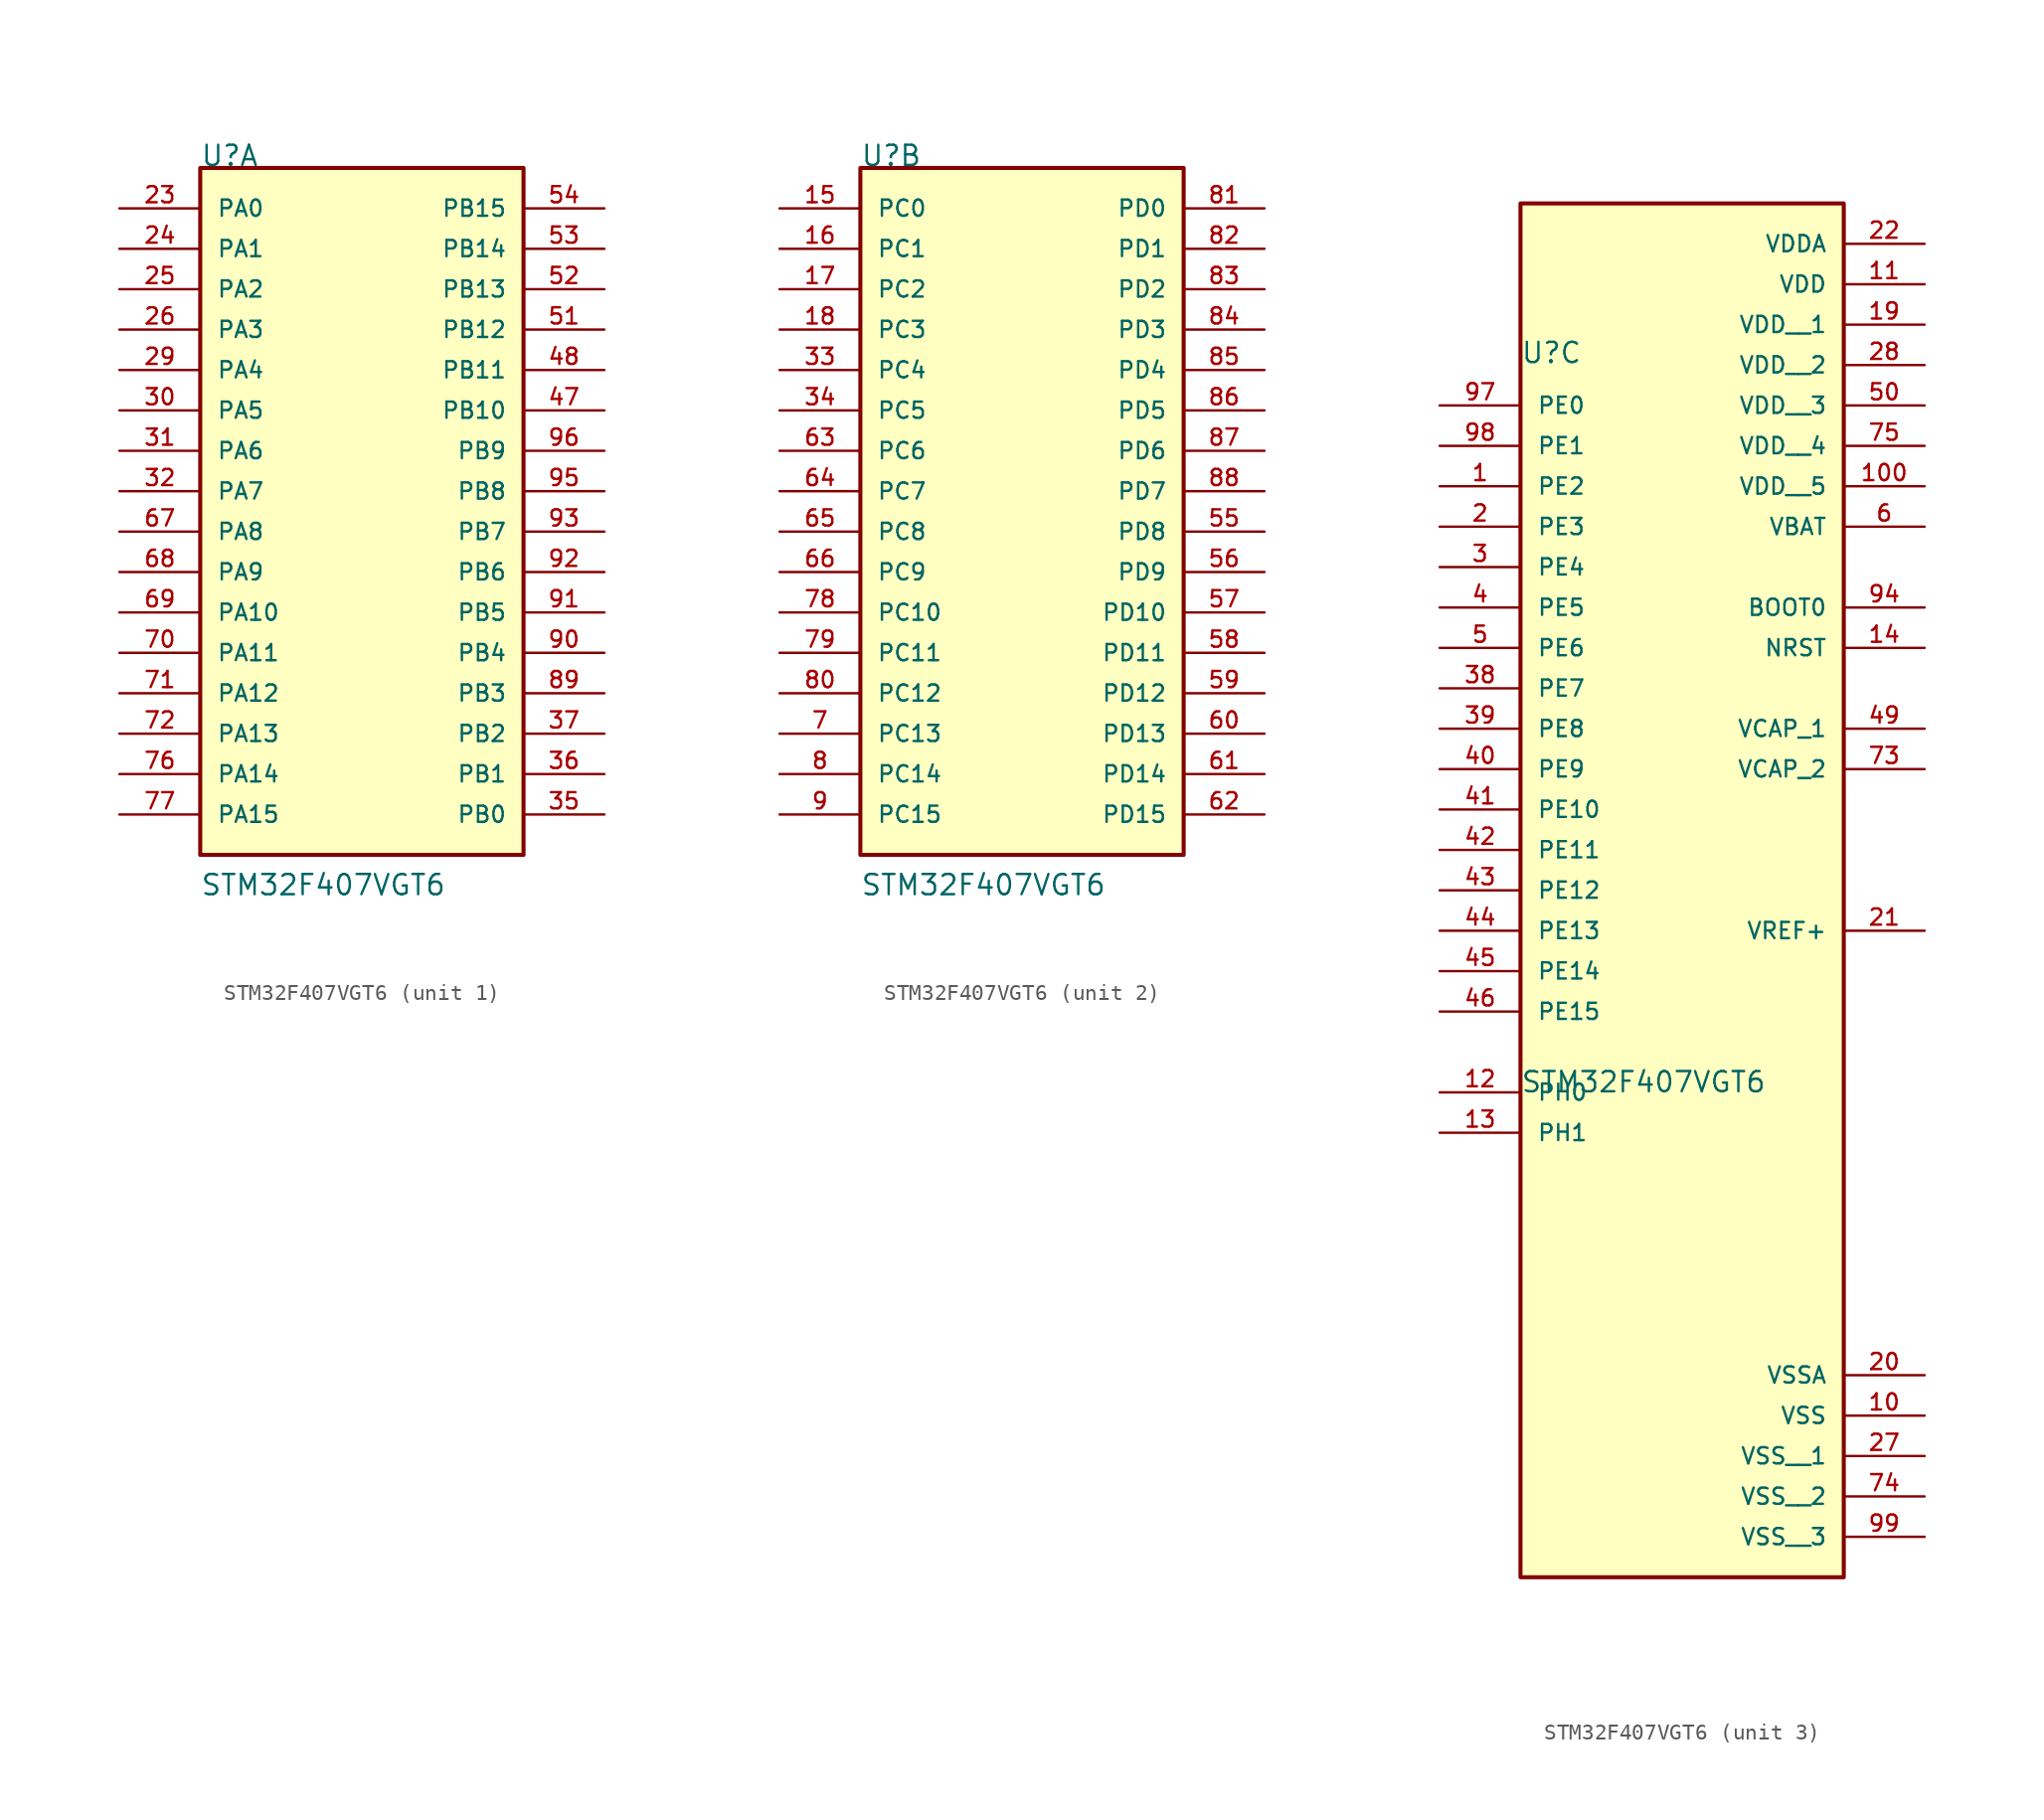
<source format=kicad_sym>
(kicad_symbol_lib
  (version 20211014)
  (generator kicad_symbol_editor)
  (symbol "STM32F407VGT6"
    (pin_names
      (offset 1.016))
    (property "Reference" "U"
      (at -10.162 22.888 0)
      (effects (font (size 1.27 1.27)) (justify bottom left)))
    (property "Value" "STM32F407VGT6"
      (at -10.172 -22.953 0)
      (effects (font (size 1.27 1.27)) (justify bottom left)))
    (symbol "STM32F407VGT6_1_0"
      (rectangle (start -10.16 -20.32) (end 10.16 22.86) (stroke (width 0.254)) (fill (type background)))
      (pin bidirectional line (at -15.24 20.32 0) (length 5.08) (name "PA0" (effects (font (size 1.016 1.016)))) (number "23" (effects (font (size 1.016 1.016)))))
      (pin bidirectional line (at -15.24 17.78 0) (length 5.08) (name "PA1" (effects (font (size 1.016 1.016)))) (number "24" (effects (font (size 1.016 1.016)))))
      (pin bidirectional line (at -15.24 15.24 0) (length 5.08) (name "PA2" (effects (font (size 1.016 1.016)))) (number "25" (effects (font (size 1.016 1.016)))))
      (pin bidirectional line (at -15.24 12.7 0) (length 5.08) (name "PA3" (effects (font (size 1.016 1.016)))) (number "26" (effects (font (size 1.016 1.016)))))
      (pin bidirectional line (at -15.24 10.16 0) (length 5.08) (name "PA4" (effects (font (size 1.016 1.016)))) (number "29" (effects (font (size 1.016 1.016)))))
      (pin bidirectional line (at -15.24 7.62 0) (length 5.08) (name "PA5" (effects (font (size 1.016 1.016)))) (number "30" (effects (font (size 1.016 1.016)))))
      (pin bidirectional line (at -15.24 5.08 0) (length 5.08) (name "PA6" (effects (font (size 1.016 1.016)))) (number "31" (effects (font (size 1.016 1.016)))))
      (pin bidirectional line (at -15.24 2.54 0) (length 5.08) (name "PA7" (effects (font (size 1.016 1.016)))) (number "32" (effects (font (size 1.016 1.016)))))
      (pin bidirectional line (at 15.24 -17.78 180.0) (length 5.08) (name "PB0" (effects (font (size 1.016 1.016)))) (number "35" (effects (font (size 1.016 1.016)))))
      (pin bidirectional line (at 15.24 -15.24 180.0) (length 5.08) (name "PB1" (effects (font (size 1.016 1.016)))) (number "36" (effects (font (size 1.016 1.016)))))
      (pin bidirectional line (at 15.24 -12.7 180.0) (length 5.08) (name "PB2" (effects (font (size 1.016 1.016)))) (number "37" (effects (font (size 1.016 1.016)))))
      (pin bidirectional line (at 15.24 7.62 180.0) (length 5.08) (name "PB10" (effects (font (size 1.016 1.016)))) (number "47" (effects (font (size 1.016 1.016)))))
      (pin bidirectional line (at 15.24 10.16 180.0) (length 5.08) (name "PB11" (effects (font (size 1.016 1.016)))) (number "48" (effects (font (size 1.016 1.016)))))
      (pin bidirectional line (at 15.24 12.7 180.0) (length 5.08) (name "PB12" (effects (font (size 1.016 1.016)))) (number "51" (effects (font (size 1.016 1.016)))))
      (pin bidirectional line (at 15.24 15.24 180.0) (length 5.08) (name "PB13" (effects (font (size 1.016 1.016)))) (number "52" (effects (font (size 1.016 1.016)))))
      (pin bidirectional line (at 15.24 17.78 180.0) (length 5.08) (name "PB14" (effects (font (size 1.016 1.016)))) (number "53" (effects (font (size 1.016 1.016)))))
      (pin bidirectional line (at 15.24 20.32 180.0) (length 5.08) (name "PB15" (effects (font (size 1.016 1.016)))) (number "54" (effects (font (size 1.016 1.016)))))
      (pin bidirectional line (at -15.24 0.0 0) (length 5.08) (name "PA8" (effects (font (size 1.016 1.016)))) (number "67" (effects (font (size 1.016 1.016)))))
      (pin bidirectional line (at -15.24 -2.54 0) (length 5.08) (name "PA9" (effects (font (size 1.016 1.016)))) (number "68" (effects (font (size 1.016 1.016)))))
      (pin bidirectional line (at -15.24 -5.08 0) (length 5.08) (name "PA10" (effects (font (size 1.016 1.016)))) (number "69" (effects (font (size 1.016 1.016)))))
      (pin bidirectional line (at -15.24 -7.62 0) (length 5.08) (name "PA11" (effects (font (size 1.016 1.016)))) (number "70" (effects (font (size 1.016 1.016)))))
      (pin bidirectional line (at -15.24 -10.16 0) (length 5.08) (name "PA12" (effects (font (size 1.016 1.016)))) (number "71" (effects (font (size 1.016 1.016)))))
      (pin bidirectional line (at -15.24 -12.7 0) (length 5.08) (name "PA13" (effects (font (size 1.016 1.016)))) (number "72" (effects (font (size 1.016 1.016)))))
      (pin bidirectional line (at -15.24 -15.24 0) (length 5.08) (name "PA14" (effects (font (size 1.016 1.016)))) (number "76" (effects (font (size 1.016 1.016)))))
      (pin bidirectional line (at -15.24 -17.78 0) (length 5.08) (name "PA15" (effects (font (size 1.016 1.016)))) (number "77" (effects (font (size 1.016 1.016)))))
      (pin bidirectional line (at 15.24 -10.16 180.0) (length 5.08) (name "PB3" (effects (font (size 1.016 1.016)))) (number "89" (effects (font (size 1.016 1.016)))))
      (pin bidirectional line (at 15.24 -7.62 180.0) (length 5.08) (name "PB4" (effects (font (size 1.016 1.016)))) (number "90" (effects (font (size 1.016 1.016)))))
      (pin bidirectional line (at 15.24 -5.08 180.0) (length 5.08) (name "PB5" (effects (font (size 1.016 1.016)))) (number "91" (effects (font (size 1.016 1.016)))))
      (pin bidirectional line (at 15.24 -2.54 180.0) (length 5.08) (name "PB6" (effects (font (size 1.016 1.016)))) (number "92" (effects (font (size 1.016 1.016)))))
      (pin bidirectional line (at 15.24 0.0 180.0) (length 5.08) (name "PB7" (effects (font (size 1.016 1.016)))) (number "93" (effects (font (size 1.016 1.016)))))
      (pin bidirectional line (at 15.24 2.54 180.0) (length 5.08) (name "PB8" (effects (font (size 1.016 1.016)))) (number "95" (effects (font (size 1.016 1.016)))))
      (pin bidirectional line (at 15.24 5.08 180.0) (length 5.08) (name "PB9" (effects (font (size 1.016 1.016)))) (number "96" (effects (font (size 1.016 1.016))))))
    (symbol "STM32F407VGT6_2_0"
      (rectangle (start -10.16 -20.32) (end 10.16 22.86) (stroke (width 0.254)) (fill (type background)))
      (pin bidirectional line (at -15.24 -12.7 0) (length 5.08) (name "PC13" (effects (font (size 1.016 1.016)))) (number "7" (effects (font (size 1.016 1.016)))))
      (pin bidirectional line (at -15.24 -15.24 0) (length 5.08) (name "PC14" (effects (font (size 1.016 1.016)))) (number "8" (effects (font (size 1.016 1.016)))))
      (pin bidirectional line (at -15.24 -17.78 0) (length 5.08) (name "PC15" (effects (font (size 1.016 1.016)))) (number "9" (effects (font (size 1.016 1.016)))))
      (pin bidirectional line (at -15.24 20.32 0) (length 5.08) (name "PC0" (effects (font (size 1.016 1.016)))) (number "15" (effects (font (size 1.016 1.016)))))
      (pin bidirectional line (at -15.24 17.78 0) (length 5.08) (name "PC1" (effects (font (size 1.016 1.016)))) (number "16" (effects (font (size 1.016 1.016)))))
      (pin bidirectional line (at -15.24 15.24 0) (length 5.08) (name "PC2" (effects (font (size 1.016 1.016)))) (number "17" (effects (font (size 1.016 1.016)))))
      (pin bidirectional line (at -15.24 12.7 0) (length 5.08) (name "PC3" (effects (font (size 1.016 1.016)))) (number "18" (effects (font (size 1.016 1.016)))))
      (pin bidirectional line (at -15.24 10.16 0) (length 5.08) (name "PC4" (effects (font (size 1.016 1.016)))) (number "33" (effects (font (size 1.016 1.016)))))
      (pin bidirectional line (at -15.24 7.62 0) (length 5.08) (name "PC5" (effects (font (size 1.016 1.016)))) (number "34" (effects (font (size 1.016 1.016)))))
      (pin bidirectional line (at 15.24 17.78 180.0) (length 5.08) (name "PD1" (effects (font (size 1.016 1.016)))) (number "82" (effects (font (size 1.016 1.016)))))
      (pin bidirectional line (at 15.24 15.24 180.0) (length 5.08) (name "PD2" (effects (font (size 1.016 1.016)))) (number "83" (effects (font (size 1.016 1.016)))))
      (pin bidirectional line (at 15.24 12.7 180.0) (length 5.08) (name "PD3" (effects (font (size 1.016 1.016)))) (number "84" (effects (font (size 1.016 1.016)))))
      (pin bidirectional line (at 15.24 10.16 180.0) (length 5.08) (name "PD4" (effects (font (size 1.016 1.016)))) (number "85" (effects (font (size 1.016 1.016)))))
      (pin bidirectional line (at 15.24 7.62 180.0) (length 5.08) (name "PD5" (effects (font (size 1.016 1.016)))) (number "86" (effects (font (size 1.016 1.016)))))
      (pin bidirectional line (at 15.24 5.08 180.0) (length 5.08) (name "PD6" (effects (font (size 1.016 1.016)))) (number "87" (effects (font (size 1.016 1.016)))))
      (pin bidirectional line (at 15.24 2.54 180.0) (length 5.08) (name "PD7" (effects (font (size 1.016 1.016)))) (number "88" (effects (font (size 1.016 1.016)))))
      (pin bidirectional line (at 15.24 0.0 180.0) (length 5.08) (name "PD8" (effects (font (size 1.016 1.016)))) (number "55" (effects (font (size 1.016 1.016)))))
      (pin bidirectional line (at 15.24 -2.54 180.0) (length 5.08) (name "PD9" (effects (font (size 1.016 1.016)))) (number "56" (effects (font (size 1.016 1.016)))))
      (pin bidirectional line (at 15.24 -5.08 180.0) (length 5.08) (name "PD10" (effects (font (size 1.016 1.016)))) (number "57" (effects (font (size 1.016 1.016)))))
      (pin bidirectional line (at 15.24 -7.62 180.0) (length 5.08) (name "PD11" (effects (font (size 1.016 1.016)))) (number "58" (effects (font (size 1.016 1.016)))))
      (pin bidirectional line (at 15.24 -10.16 180.0) (length 5.08) (name "PD12" (effects (font (size 1.016 1.016)))) (number "59" (effects (font (size 1.016 1.016)))))
      (pin bidirectional line (at 15.24 -12.7 180.0) (length 5.08) (name "PD13" (effects (font (size 1.016 1.016)))) (number "60" (effects (font (size 1.016 1.016)))))
      (pin bidirectional line (at 15.24 -15.24 180.0) (length 5.08) (name "PD14" (effects (font (size 1.016 1.016)))) (number "61" (effects (font (size 1.016 1.016)))))
      (pin bidirectional line (at 15.24 -17.78 180.0) (length 5.08) (name "PD15" (effects (font (size 1.016 1.016)))) (number "62" (effects (font (size 1.016 1.016)))))
      (pin bidirectional line (at -15.24 5.08 0) (length 5.08) (name "PC6" (effects (font (size 1.016 1.016)))) (number "63" (effects (font (size 1.016 1.016)))))
      (pin bidirectional line (at -15.24 2.54 0) (length 5.08) (name "PC7" (effects (font (size 1.016 1.016)))) (number "64" (effects (font (size 1.016 1.016)))))
      (pin bidirectional line (at -15.24 0.0 0) (length 5.08) (name "PC8" (effects (font (size 1.016 1.016)))) (number "65" (effects (font (size 1.016 1.016)))))
      (pin bidirectional line (at -15.24 -2.54 0) (length 5.08) (name "PC9" (effects (font (size 1.016 1.016)))) (number "66" (effects (font (size 1.016 1.016)))))
      (pin bidirectional line (at -15.24 -5.08 0) (length 5.08) (name "PC10" (effects (font (size 1.016 1.016)))) (number "78" (effects (font (size 1.016 1.016)))))
      (pin bidirectional line (at -15.24 -7.62 0) (length 5.08) (name "PC11" (effects (font (size 1.016 1.016)))) (number "79" (effects (font (size 1.016 1.016)))))
      (pin bidirectional line (at -15.24 -10.16 0) (length 5.08) (name "PC12" (effects (font (size 1.016 1.016)))) (number "80" (effects (font (size 1.016 1.016)))))
      (pin bidirectional line (at 15.24 20.32 180.0) (length 5.08) (name "PD0" (effects (font (size 1.016 1.016)))) (number "81" (effects (font (size 1.016 1.016))))))
    (symbol "STM32F407VGT6_3_0"
      (rectangle (start -10.16 -53.34) (end 10.16 33.02) (stroke (width 0.254)) (fill (type background)))
      (pin bidirectional line (at -15.24 15.24 0) (length 5.08) (name "PE2" (effects (font (size 1.016 1.016)))) (number "1" (effects (font (size 1.016 1.016)))))
      (pin bidirectional line (at -15.24 12.7 0) (length 5.08) (name "PE3" (effects (font (size 1.016 1.016)))) (number "2" (effects (font (size 1.016 1.016)))))
      (pin bidirectional line (at -15.24 10.16 0) (length 5.08) (name "PE4" (effects (font (size 1.016 1.016)))) (number "3" (effects (font (size 1.016 1.016)))))
      (pin bidirectional line (at -15.24 7.62 0) (length 5.08) (name "PE5" (effects (font (size 1.016 1.016)))) (number "4" (effects (font (size 1.016 1.016)))))
      (pin bidirectional line (at -15.24 5.08 0) (length 5.08) (name "PE6" (effects (font (size 1.016 1.016)))) (number "5" (effects (font (size 1.016 1.016)))))
      (pin power_in line (at 15.24 12.7 180.0) (length 5.08) (name "VBAT" (effects (font (size 1.016 1.016)))) (number "6" (effects (font (size 1.016 1.016)))))
      (pin bidirectional line (at 15.24 5.08 180.0) (length 5.08) (name "NRST" (effects (font (size 1.016 1.016)))) (number "14" (effects (font (size 1.016 1.016)))))
      (pin power_in line (at 15.24 -40.64 180.0) (length 5.08) (name "VSSA" (effects (font (size 1.016 1.016)))) (number "20" (effects (font (size 1.016 1.016)))))
      (pin power_in line (at 15.24 -12.7 180.0) (length 5.08) (name "VREF+" (effects (font (size 1.016 1.016)))) (number "21" (effects (font (size 1.016 1.016)))))
      (pin power_in line (at 15.24 30.48 180.0) (length 5.08) (name "VDDA" (effects (font (size 1.016 1.016)))) (number "22" (effects (font (size 1.016 1.016)))))
      (pin bidirectional line (at -15.24 17.78 0) (length 5.08) (name "PE1" (effects (font (size 1.016 1.016)))) (number "98" (effects (font (size 1.016 1.016)))))
      (pin bidirectional line (at -15.24 2.54 0) (length 5.08) (name "PE7" (effects (font (size 1.016 1.016)))) (number "38" (effects (font (size 1.016 1.016)))))
      (pin bidirectional line (at -15.24 0.0 0) (length 5.08) (name "PE8" (effects (font (size 1.016 1.016)))) (number "39" (effects (font (size 1.016 1.016)))))
      (pin bidirectional line (at -15.24 -2.54 0) (length 5.08) (name "PE9" (effects (font (size 1.016 1.016)))) (number "40" (effects (font (size 1.016 1.016)))))
      (pin bidirectional line (at -15.24 -5.08 0) (length 5.08) (name "PE10" (effects (font (size 1.016 1.016)))) (number "41" (effects (font (size 1.016 1.016)))))
      (pin bidirectional line (at -15.24 -7.62 0) (length 5.08) (name "PE11" (effects (font (size 1.016 1.016)))) (number "42" (effects (font (size 1.016 1.016)))))
      (pin bidirectional line (at -15.24 -10.16 0) (length 5.08) (name "PE12" (effects (font (size 1.016 1.016)))) (number "43" (effects (font (size 1.016 1.016)))))
      (pin bidirectional line (at -15.24 -12.7 0) (length 5.08) (name "PE13" (effects (font (size 1.016 1.016)))) (number "44" (effects (font (size 1.016 1.016)))))
      (pin bidirectional line (at -15.24 -15.24 0) (length 5.08) (name "PE14" (effects (font (size 1.016 1.016)))) (number "45" (effects (font (size 1.016 1.016)))))
      (pin bidirectional line (at -15.24 -17.78 0) (length 5.08) (name "PE15" (effects (font (size 1.016 1.016)))) (number "46" (effects (font (size 1.016 1.016)))))
      (pin passive line (at 15.24 0.0 180.0) (length 5.08) (name "VCAP_1" (effects (font (size 1.016 1.016)))) (number "49" (effects (font (size 1.016 1.016)))))
      (pin passive line (at 15.24 -2.54 180.0) (length 5.08) (name "VCAP_2" (effects (font (size 1.016 1.016)))) (number "73" (effects (font (size 1.016 1.016)))))
      (pin input line (at 15.24 7.62 180.0) (length 5.08) (name "BOOT0" (effects (font (size 1.016 1.016)))) (number "94" (effects (font (size 1.016 1.016)))))
      (pin bidirectional line (at -15.24 20.32 0) (length 5.08) (name "PE0" (effects (font (size 1.016 1.016)))) (number "97" (effects (font (size 1.016 1.016)))))
      (pin bidirectional line (at -15.24 -22.86 0) (length 5.08) (name "PH0" (effects (font (size 1.016 1.016)))) (number "12" (effects (font (size 1.016 1.016)))))
      (pin bidirectional line (at -15.24 -25.4 0) (length 5.08) (name "PH1" (effects (font (size 1.016 1.016)))) (number "13" (effects (font (size 1.016 1.016)))))
      (pin power_in line (at 15.24 -43.18 180.0) (length 5.08) (name "VSS" (effects (font (size 1.016 1.016)))) (number "10" (effects (font (size 1.016 1.016)))))
      (pin power_in line (at 15.24 27.94 180.0) (length 5.08) (name "VDD" (effects (font (size 1.016 1.016)))) (number "11" (effects (font (size 1.016 1.016)))))
      (pin power_in line (at 15.24 25.4 180.0) (length 5.08) (name "VDD__1" (effects (font (size 1.016 1.016)))) (number "19" (effects (font (size 1.016 1.016)))))
      (pin power_in line (at 15.24 22.86 180.0) (length 5.08) (name "VDD__2" (effects (font (size 1.016 1.016)))) (number "28" (effects (font (size 1.016 1.016)))))
      (pin power_in line (at 15.24 20.32 180.0) (length 5.08) (name "VDD__3" (effects (font (size 1.016 1.016)))) (number "50" (effects (font (size 1.016 1.016)))))
      (pin power_in line (at 15.24 17.78 180.0) (length 5.08) (name "VDD__4" (effects (font (size 1.016 1.016)))) (number "75" (effects (font (size 1.016 1.016)))))
      (pin power_in line (at 15.24 15.24 180.0) (length 5.08) (name "VDD__5" (effects (font (size 1.016 1.016)))) (number "100" (effects (font (size 1.016 1.016)))))
      (pin power_in line (at 15.24 -45.72 180.0) (length 5.08) (name "VSS__1" (effects (font (size 1.016 1.016)))) (number "27" (effects (font (size 1.016 1.016)))))
      (pin power_in line (at 15.24 -48.26 180.0) (length 5.08) (name "VSS__2" (effects (font (size 1.016 1.016)))) (number "74" (effects (font (size 1.016 1.016)))))
      (pin power_in line (at 15.24 -50.8 180.0) (length 5.08) (name "VSS__3" (effects (font (size 1.016 1.016)))) (number "99" (effects (font (size 1.016 1.016))))))))
</source>
